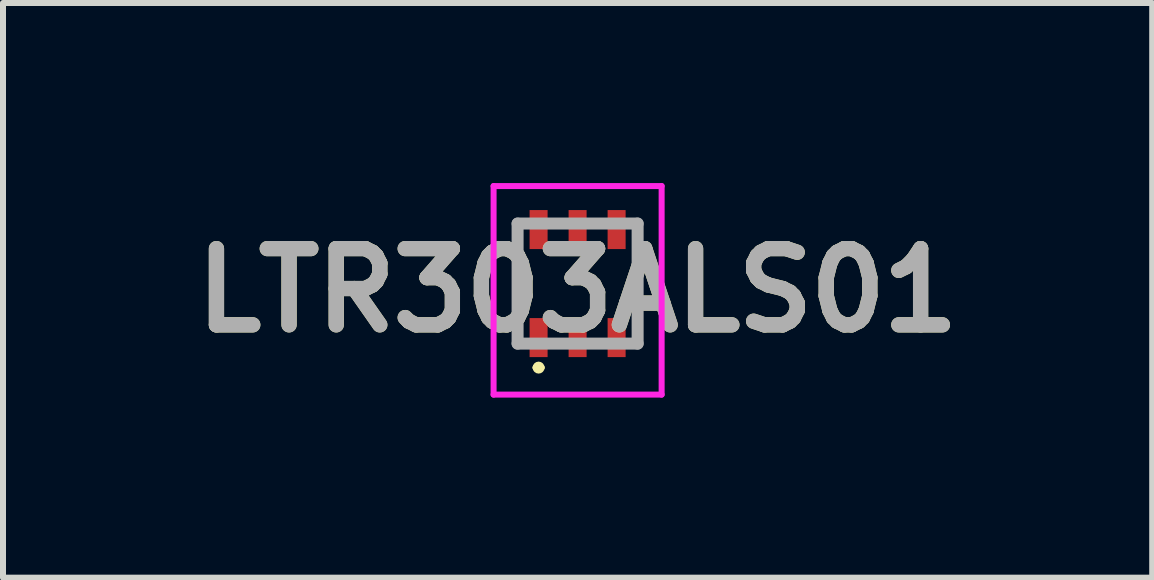
<source format=kicad_pcb>
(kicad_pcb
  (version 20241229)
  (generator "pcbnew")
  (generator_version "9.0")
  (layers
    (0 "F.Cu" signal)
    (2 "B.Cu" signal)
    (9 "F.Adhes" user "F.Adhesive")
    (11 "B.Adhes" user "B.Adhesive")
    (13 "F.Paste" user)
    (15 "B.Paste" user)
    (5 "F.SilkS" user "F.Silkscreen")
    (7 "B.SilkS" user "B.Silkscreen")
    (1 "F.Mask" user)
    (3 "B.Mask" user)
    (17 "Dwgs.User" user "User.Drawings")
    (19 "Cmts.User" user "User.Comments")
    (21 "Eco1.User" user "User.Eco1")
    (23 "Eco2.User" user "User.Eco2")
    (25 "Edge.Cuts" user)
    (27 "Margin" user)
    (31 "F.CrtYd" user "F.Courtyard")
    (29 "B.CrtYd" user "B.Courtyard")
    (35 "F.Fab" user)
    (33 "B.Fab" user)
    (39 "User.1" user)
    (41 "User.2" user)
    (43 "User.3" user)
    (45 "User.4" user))
  (footprint "LTR303ALS01"
    (layer "F.Cu")
    (at 6.574 1.675)
    (property "Reference" "LTR303ALS01" (at 0 0.113 0) (layer "F.SilkS") (effects (font (size 1.27 1.27) (thickness 0.254))))
    (attr smd)
    (fp_line (start -1 -1) (end -1 1) (stroke (width 0.1) (type solid)) (layer "F.SilkS"))
    (fp_line (start -0.7 1.4) (end -0.7 1.4) (stroke (width 0.1) (type solid)) (layer "F.SilkS"))
    (fp_line (start -0.6 1.4) (end -0.6 1.4) (stroke (width 0.1) (type solid)) (layer "F.SilkS"))
    (fp_line (start 1 -1) (end 1 1) (stroke (width 0.1) (type solid)) (layer "F.SilkS"))
    (fp_arc (start -0.7 1.4) (mid -0.65 1.35) (end -0.6 1.4) (stroke (width 0.1) (type solid)) (layer "F.SilkS"))
    (fp_arc (start -0.6 1.4) (mid -0.65 1.45) (end -0.7 1.4) (stroke (width 0.1) (type solid)) (layer "F.SilkS"))
    (fp_line (start -1.4 -1.625) (end 1.4 -1.625) (stroke (width 0.1) (type solid)) (layer "F.CrtYd"))
    (fp_line (start -1.4 1.85) (end -1.4 -1.625) (stroke (width 0.1) (type solid)) (layer "F.CrtYd"))
    (fp_line (start 1.4 -1.625) (end 1.4 1.85) (stroke (width 0.1) (type solid)) (layer "F.CrtYd"))
    (fp_line (start 1.4 1.85) (end -1.4 1.85) (stroke (width 0.1) (type solid)) (layer "F.CrtYd"))
    (fp_line (start -1 -1) (end 1 -1) (stroke (width 0.2) (type solid)) (layer "F.Fab"))
    (fp_line (start -1 1) (end -1 -1) (stroke (width 0.2) (type solid)) (layer "F.Fab"))
    (fp_line (start 1 -1) (end 1 1) (stroke (width 0.2) (type solid)) (layer "F.Fab"))
    (fp_line (start 1 1) (end -1 1) (stroke (width 0.2) (type solid)) (layer "F.Fab"))
    (fp_text user "${REFERENCE}" (at 0 0.113 0) (layer "F.Fab") (effects (font (size 1.27 1.27) (thickness 0.254))))
    (pad "1" smd rect (at -0.65 0.9) (size 0.3 0.65) (layers "F.Cu" "F.Mask" "F.Paste"))
    (pad "2" smd rect (at 0 0.9) (size 0.3 0.65) (layers "F.Cu" "F.Mask" "F.Paste"))
    (pad "3" smd rect (at 0.65 0.9) (size 0.3 0.65) (layers "F.Cu" "F.Mask" "F.Paste"))
    (pad "4" smd rect (at 0.65 -0.9) (size 0.3 0.65) (layers "F.Cu" "F.Mask" "F.Paste"))
    (pad "5" smd rect (at 0 -0.9) (size 0.3 0.65) (layers "F.Cu" "F.Mask" "F.Paste"))
    (pad "6" smd rect (at -0.65 -0.9) (size 0.3 0.65) (layers "F.Cu" "F.Mask" "F.Paste")))
  (gr_rect
    (start -3 -3)
    (end 16.148 6.575)
    (stroke (width 0.1) (type default))
    (fill no)
    (layer "Edge.Cuts")))
</source>
